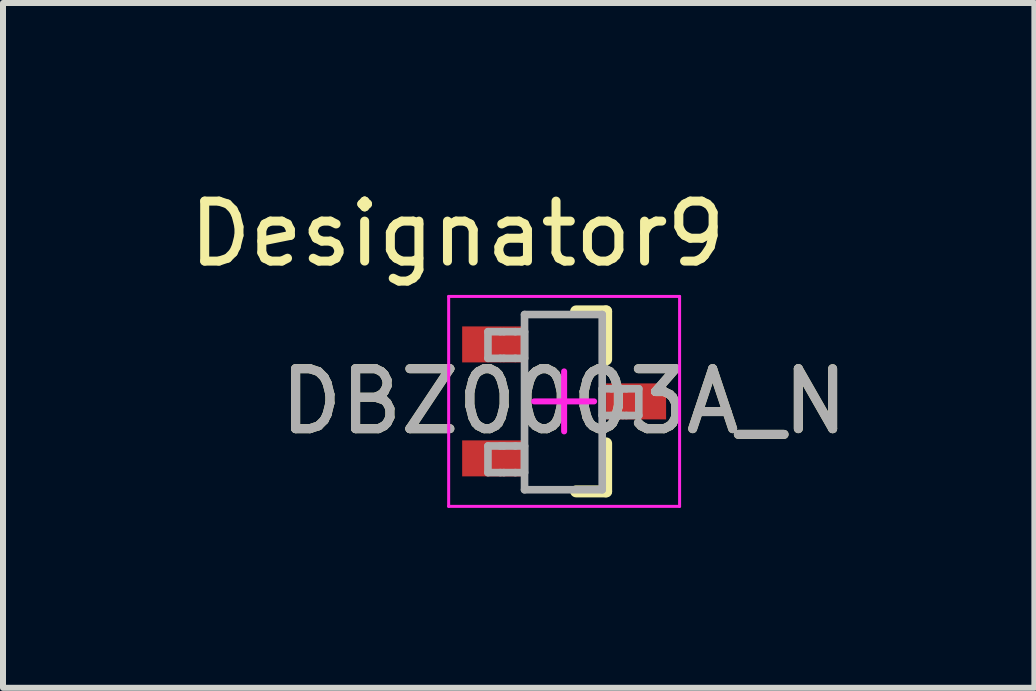
<source format=kicad_pcb>
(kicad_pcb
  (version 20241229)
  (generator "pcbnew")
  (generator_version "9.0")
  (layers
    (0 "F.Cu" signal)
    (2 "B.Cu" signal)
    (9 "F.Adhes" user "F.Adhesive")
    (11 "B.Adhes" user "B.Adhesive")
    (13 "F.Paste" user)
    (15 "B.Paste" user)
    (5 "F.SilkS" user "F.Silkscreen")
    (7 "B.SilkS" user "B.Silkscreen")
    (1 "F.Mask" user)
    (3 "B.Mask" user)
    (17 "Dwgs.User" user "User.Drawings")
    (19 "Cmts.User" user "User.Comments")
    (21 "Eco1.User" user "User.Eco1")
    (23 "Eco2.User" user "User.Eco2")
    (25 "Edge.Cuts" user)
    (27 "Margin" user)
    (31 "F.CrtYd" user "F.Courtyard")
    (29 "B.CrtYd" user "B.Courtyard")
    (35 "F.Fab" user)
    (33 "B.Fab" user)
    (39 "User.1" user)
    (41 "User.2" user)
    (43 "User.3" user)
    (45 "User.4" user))
  (footprint "DBZ0003A_N"
    (layer "F.Cu")
    (at 6.355 3.642)
    (property "Reference" "DBZ0003A_N" (at 0 0 0) (unlocked yes) (layer "F.SilkS") (effects (font (size 1 1) (thickness 0.15))))
    (attr smd)
    (fp_line (start 0.2 -1.5) (end 0.7 -1.5) (stroke (width 0.2) (type solid)) (layer "F.SilkS"))
    (fp_line (start 0.2 1.5) (end 0.7 1.5) (stroke (width 0.2) (type solid)) (layer "F.SilkS"))
    (fp_line (start 0.7 -0.7) (end 0.7 -1.5) (stroke (width 0.2) (type solid)) (layer "F.SilkS"))
    (fp_line (start 0.7 1.5) (end 0.7 0.7) (stroke (width 0.2) (type solid)) (layer "F.SilkS"))
    (fp_line (start -1.925 -1.75) (end 1.925 -1.75) (stroke (width 0.05) (type solid)) (layer "F.CrtYd"))
    (fp_line (start -1.925 1.75) (end -1.925 -1.75) (stroke (width 0.05) (type solid)) (layer "F.CrtYd"))
    (fp_line (start -1.925 1.75) (end 1.925 1.75) (stroke (width 0.05) (type solid)) (layer "F.CrtYd"))
    (fp_line (start -0.5 0) (end 0.5 0) (stroke (width 0.1) (type solid)) (layer "F.CrtYd"))
    (fp_line (start 0 0.5) (end 0 -0.5) (stroke (width 0.1) (type solid)) (layer "F.CrtYd"))
    (fp_line (start 1.925 1.75) (end 1.925 -1.75) (stroke (width 0.05) (type solid)) (layer "F.CrtYd"))
    (fp_line (start -1.27 -1.162) (end -1.063 -1.162) (stroke (width 0.127) (type solid)) (layer "F.Fab"))
    (fp_line (start -1.27 -0.718) (end -1.27 -1.162) (stroke (width 0.127) (type solid)) (layer "F.Fab"))
    (fp_line (start -1.27 -0.718) (end -1.063 -0.718) (stroke (width 0.127) (type solid)) (layer "F.Fab"))
    (fp_line (start -1.27 0.743) (end -1.063 0.743) (stroke (width 0.127) (type solid)) (layer "F.Fab"))
    (fp_line (start -1.27 1.187) (end -1.27 0.743) (stroke (width 0.127) (type solid)) (layer "F.Fab"))
    (fp_line (start -1.27 1.187) (end -1.063 1.187) (stroke (width 0.127) (type solid)) (layer "F.Fab"))
    (fp_line (start -1.063 -1.162) (end -1.005 -1.162) (stroke (width 0.127) (type solid)) (layer "F.Fab"))
    (fp_line (start -1.063 -0.718) (end -1.005 -0.718) (stroke (width 0.127) (type solid)) (layer "F.Fab"))
    (fp_line (start -1.063 0.743) (end -1.005 0.743) (stroke (width 0.127) (type solid)) (layer "F.Fab"))
    (fp_line (start -1.063 1.187) (end -1.005 1.187) (stroke (width 0.127) (type solid)) (layer "F.Fab"))
    (fp_line (start -1.005 -1.162) (end -0.814 -1.162) (stroke (width 0.127) (type solid)) (layer "F.Fab"))
    (fp_line (start -1.005 -0.718) (end -0.814 -0.718) (stroke (width 0.127) (type solid)) (layer "F.Fab"))
    (fp_line (start -1.005 0.743) (end -0.814 0.743) (stroke (width 0.127) (type solid)) (layer "F.Fab"))
    (fp_line (start -1.005 1.187) (end -0.814 1.187) (stroke (width 0.127) (type solid)) (layer "F.Fab"))
    (fp_line (start -0.814 -1.162) (end -0.66 -1.162) (stroke (width 0.127) (type solid)) (layer "F.Fab"))
    (fp_line (start -0.814 -0.718) (end -0.66 -0.718) (stroke (width 0.127) (type solid)) (layer "F.Fab"))
    (fp_line (start -0.814 0.743) (end -0.66 0.743) (stroke (width 0.127) (type solid)) (layer "F.Fab"))
    (fp_line (start -0.814 1.187) (end -0.66 1.187) (stroke (width 0.127) (type solid)) (layer "F.Fab"))
    (fp_line (start -0.66 -1.448) (end 0.635 -1.448) (stroke (width 0.127) (type solid)) (layer "F.Fab"))
    (fp_line (start -0.66 -0.718) (end -0.66 -1.162) (stroke (width 0.127) (type solid)) (layer "F.Fab"))
    (fp_line (start -0.66 1.187) (end -0.66 0.743) (stroke (width 0.127) (type solid)) (layer "F.Fab"))
    (fp_line (start -0.66 1.473) (end -0.66 -1.448) (stroke (width 0.127) (type solid)) (layer "F.Fab"))
    (fp_line (start -0.66 1.473) (end 0.635 1.473) (stroke (width 0.127) (type solid)) (layer "F.Fab"))
    (fp_line (start 0.635 -0.21) (end 0.789 -0.21) (stroke (width 0.127) (type solid)) (layer "F.Fab"))
    (fp_line (start 0.635 0.235) (end 0.635 -0.21) (stroke (width 0.127) (type solid)) (layer "F.Fab"))
    (fp_line (start 0.635 0.235) (end 0.789 0.235) (stroke (width 0.127) (type solid)) (layer "F.Fab"))
    (fp_line (start 0.635 1.473) (end 0.635 -1.448) (stroke (width 0.127) (type solid)) (layer "F.Fab"))
    (fp_line (start 0.789 -0.21) (end 0.98 -0.21) (stroke (width 0.127) (type solid)) (layer "F.Fab"))
    (fp_line (start 0.789 0.235) (end 0.98 0.235) (stroke (width 0.127) (type solid)) (layer "F.Fab"))
    (fp_line (start 0.98 -0.21) (end 1.037 -0.21) (stroke (width 0.127) (type solid)) (layer "F.Fab"))
    (fp_line (start 0.98 0.235) (end 1.037 0.235) (stroke (width 0.127) (type solid)) (layer "F.Fab"))
    (fp_line (start 1.037 -0.21) (end 1.245 -0.21) (stroke (width 0.127) (type solid)) (layer "F.Fab"))
    (fp_line (start 1.037 0.235) (end 1.245 0.235) (stroke (width 0.127) (type solid)) (layer "F.Fab"))
    (fp_line (start 1.245 0.235) (end 1.245 -0.21) (stroke (width 0.127) (type solid)) (layer "F.Fab"))
    (fp_text user "Designator9" (at -1.778 -2.794 0) (unlocked yes) (layer "F.SilkS") (effects (font (size 1 1) (thickness 0.15))))
    (fp_text user "${REFERENCE}" (at 0 0 0) (unlocked yes) (layer "F.Fab") (effects (font (size 1 1) (thickness 0.15))))
    (pad "1" smd rect (at -1.2 -0.95 90) (size 0.6 1) (layers "F.Cu" "F.Mask" "F.Paste"))
    (pad "2" smd rect (at -1.2 0.95 90) (size 0.6 1) (layers "F.Cu" "F.Mask" "F.Paste"))
    (pad "3" smd rect (at 1.2 0 90) (size 0.6 1) (layers "F.Cu" "F.Mask" "F.Paste")))
  (gr_rect
    (start -3 -3)
    (end 14.195 8.417)
    (stroke (width 0.1) (type default))
    (fill no)
    (layer "Edge.Cuts")))
</source>
